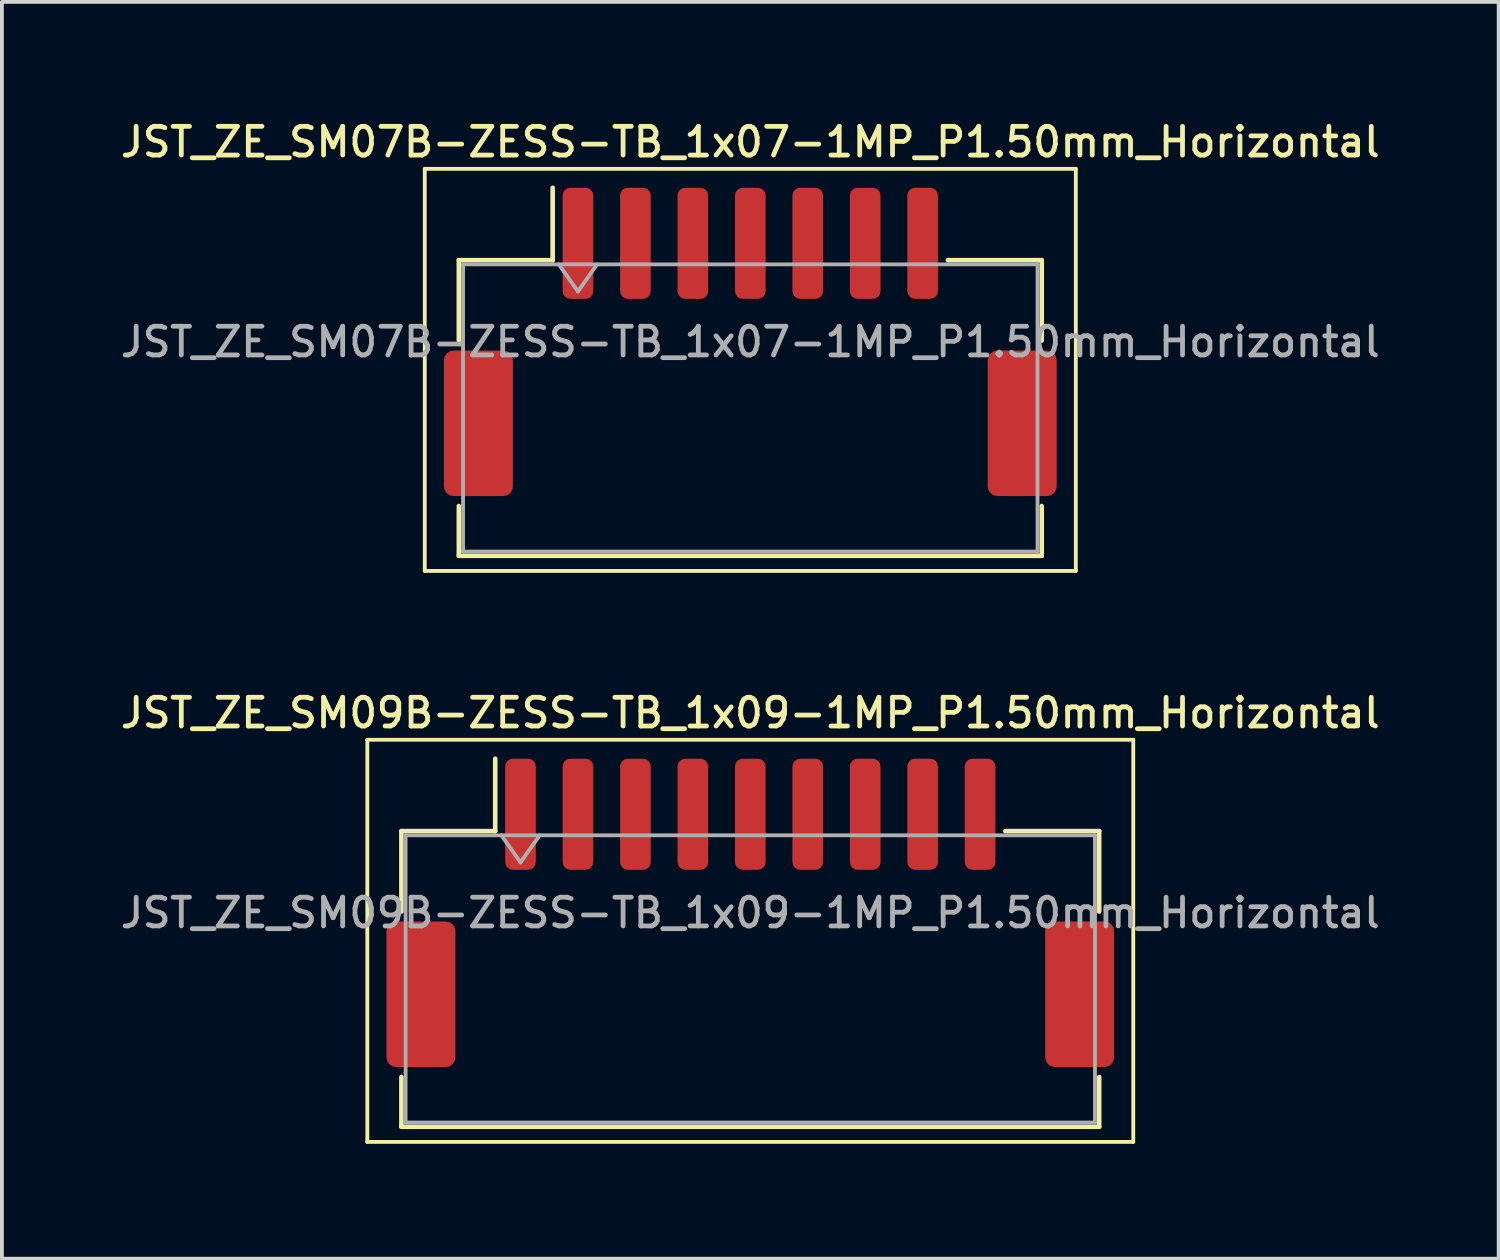
<source format=kicad_pcb>
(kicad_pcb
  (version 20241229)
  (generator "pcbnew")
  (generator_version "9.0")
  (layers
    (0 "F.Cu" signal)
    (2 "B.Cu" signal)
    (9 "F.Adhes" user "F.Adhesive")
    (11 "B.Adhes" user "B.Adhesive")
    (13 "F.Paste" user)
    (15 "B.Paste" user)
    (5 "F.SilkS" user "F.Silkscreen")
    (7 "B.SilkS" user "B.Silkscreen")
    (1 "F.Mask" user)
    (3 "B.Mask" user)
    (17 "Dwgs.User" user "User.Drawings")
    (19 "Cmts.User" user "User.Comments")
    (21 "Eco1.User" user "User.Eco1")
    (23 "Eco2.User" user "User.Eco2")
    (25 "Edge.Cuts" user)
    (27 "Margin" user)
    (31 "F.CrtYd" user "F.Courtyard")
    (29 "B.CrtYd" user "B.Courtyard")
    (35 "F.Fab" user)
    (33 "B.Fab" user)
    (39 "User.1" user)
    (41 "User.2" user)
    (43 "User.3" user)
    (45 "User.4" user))
  (footprint "JST_ZE_SM09B-ZESS-TB_1x09-1MP_P1.50mm_Horizontal"
    (layer "F.Cu")
    (at 16.541 20.786)
    (property "Reference" "JST_ZE_SM09B-ZESS-TB_1x09-1MP_P1.50mm_Horizontal" (at 0 -5.22 0) (layer "F.SilkS") (effects (font (size 0.75 0.75) (thickness 0.125))))
    (attr smd)
    (fp_line (start -10 -4.52) (end -10 5.98) (stroke (width 0.1) (type solid)) (layer "F.SilkS"))
    (fp_line (start -10 5.98) (end 10 5.98) (stroke (width 0.1) (type solid)) (layer "F.SilkS"))
    (fp_line (start -9.11 -2.135) (end -6.66 -2.135) (stroke (width 0.12) (type solid)) (layer "F.SilkS"))
    (fp_line (start -9.11 -0.035) (end -9.11 -2.135) (stroke (width 0.12) (type solid)) (layer "F.SilkS"))
    (fp_line (start -9.11 4.285) (end -9.11 5.585) (stroke (width 0.12) (type solid)) (layer "F.SilkS"))
    (fp_line (start -9.11 5.585) (end 9.11 5.585) (stroke (width 0.12) (type solid)) (layer "F.SilkS"))
    (fp_line (start -6.66 -2.135) (end -6.66 -4.025) (stroke (width 0.12) (type solid)) (layer "F.SilkS"))
    (fp_line (start 9.11 -2.135) (end 6.66 -2.135) (stroke (width 0.12) (type solid)) (layer "F.SilkS"))
    (fp_line (start 9.11 -0.035) (end 9.11 -2.135) (stroke (width 0.12) (type solid)) (layer "F.SilkS"))
    (fp_line (start 9.11 5.585) (end 9.11 4.285) (stroke (width 0.12) (type solid)) (layer "F.SilkS"))
    (fp_line (start 10 -4.52) (end -10 -4.52) (stroke (width 0.1) (type solid)) (layer "F.SilkS"))
    (fp_line (start 10 5.98) (end 10 -4.52) (stroke (width 0.1) (type solid)) (layer "F.SilkS"))
    (fp_line (start -9 -2.025) (end -9 5.475) (stroke (width 0.1) (type solid)) (layer "F.Fab"))
    (fp_line (start -9 -2.025) (end 9 -2.025) (stroke (width 0.1) (type solid)) (layer "F.Fab"))
    (fp_line (start -9 5.475) (end 9 5.475) (stroke (width 0.1) (type solid)) (layer "F.Fab"))
    (fp_line (start -6.5 -2.025) (end -6 -1.318) (stroke (width 0.1) (type solid)) (layer "F.Fab"))
    (fp_line (start -6 -1.318) (end -5.5 -2.025) (stroke (width 0.1) (type solid)) (layer "F.Fab"))
    (fp_line (start 9 -2.025) (end 9 5.475) (stroke (width 0.1) (type solid)) (layer "F.Fab"))
    (fp_text user "${REFERENCE}" (at 0 0 0) (layer "F.Fab") (effects (font (size 0.75 0.75) (thickness 0.125))))
    (pad "1" smd roundrect (at -6 -2.575) (size 0.8 2.9) (layers "F.Cu" "F.Mask" "F.Paste") (roundrect_rratio 0.25))
    (pad "2" smd roundrect (at -4.5 -2.575) (size 0.8 2.9) (layers "F.Cu" "F.Mask" "F.Paste") (roundrect_rratio 0.25))
    (pad "3" smd roundrect (at -3 -2.575) (size 0.8 2.9) (layers "F.Cu" "F.Mask" "F.Paste") (roundrect_rratio 0.25))
    (pad "4" smd roundrect (at -1.5 -2.575) (size 0.8 2.9) (layers "F.Cu" "F.Mask" "F.Paste") (roundrect_rratio 0.25))
    (pad "5" smd roundrect (at 0 -2.575) (size 0.8 2.9) (layers "F.Cu" "F.Mask" "F.Paste") (roundrect_rratio 0.25))
    (pad "6" smd roundrect (at 1.5 -2.575) (size 0.8 2.9) (layers "F.Cu" "F.Mask" "F.Paste") (roundrect_rratio 0.25))
    (pad "7" smd roundrect (at 3 -2.575) (size 0.8 2.9) (layers "F.Cu" "F.Mask" "F.Paste") (roundrect_rratio 0.25))
    (pad "8" smd roundrect (at 4.5 -2.575) (size 0.8 2.9) (layers "F.Cu" "F.Mask" "F.Paste") (roundrect_rratio 0.25))
    (pad "9" smd roundrect (at 6 -2.575) (size 0.8 2.9) (layers "F.Cu" "F.Mask" "F.Paste") (roundrect_rratio 0.25))
    (pad "MP" smd roundrect (at -8.6 2.125) (size 1.8 3.8) (layers "F.Cu" "F.Mask" "F.Paste") (roundrect_rratio 0.139))
    (pad "MP" smd roundrect (at 8.6 2.125) (size 1.8 3.8) (layers "F.Cu" "F.Mask" "F.Paste") (roundrect_rratio 0.139)))
  (footprint "JST_ZE_SM07B-ZESS-TB_1x07-1MP_P1.50mm_Horizontal"
    (layer "F.Cu")
    (at 16.541 5.878)
    (property "Reference" "JST_ZE_SM07B-ZESS-TB_1x07-1MP_P1.50mm_Horizontal" (at 0 -5.22 0) (layer "F.SilkS") (effects (font (size 0.75 0.75) (thickness 0.125))))
    (attr smd)
    (fp_line (start -8.5 -4.52) (end -8.5 5.98) (stroke (width 0.1) (type solid)) (layer "F.SilkS"))
    (fp_line (start -8.5 5.98) (end 8.5 5.98) (stroke (width 0.1) (type solid)) (layer "F.SilkS"))
    (fp_line (start -7.61 -2.135) (end -5.16 -2.135) (stroke (width 0.12) (type solid)) (layer "F.SilkS"))
    (fp_line (start -7.61 -0.035) (end -7.61 -2.135) (stroke (width 0.12) (type solid)) (layer "F.SilkS"))
    (fp_line (start -7.61 4.285) (end -7.61 5.585) (stroke (width 0.12) (type solid)) (layer "F.SilkS"))
    (fp_line (start -7.61 5.585) (end 7.61 5.585) (stroke (width 0.12) (type solid)) (layer "F.SilkS"))
    (fp_line (start -5.16 -2.135) (end -5.16 -4.025) (stroke (width 0.12) (type solid)) (layer "F.SilkS"))
    (fp_line (start 7.61 -2.135) (end 5.16 -2.135) (stroke (width 0.12) (type solid)) (layer "F.SilkS"))
    (fp_line (start 7.61 -0.035) (end 7.61 -2.135) (stroke (width 0.12) (type solid)) (layer "F.SilkS"))
    (fp_line (start 7.61 5.585) (end 7.61 4.285) (stroke (width 0.12) (type solid)) (layer "F.SilkS"))
    (fp_line (start 8.5 -4.52) (end -8.5 -4.52) (stroke (width 0.1) (type solid)) (layer "F.SilkS"))
    (fp_line (start 8.5 5.98) (end 8.5 -4.52) (stroke (width 0.1) (type solid)) (layer "F.SilkS"))
    (fp_line (start -7.5 -2.025) (end -7.5 5.475) (stroke (width 0.1) (type solid)) (layer "F.Fab"))
    (fp_line (start -7.5 -2.025) (end 7.5 -2.025) (stroke (width 0.1) (type solid)) (layer "F.Fab"))
    (fp_line (start -7.5 5.475) (end 7.5 5.475) (stroke (width 0.1) (type solid)) (layer "F.Fab"))
    (fp_line (start -5 -2.025) (end -4.5 -1.318) (stroke (width 0.1) (type solid)) (layer "F.Fab"))
    (fp_line (start -4.5 -1.318) (end -4 -2.025) (stroke (width 0.1) (type solid)) (layer "F.Fab"))
    (fp_line (start 7.5 -2.025) (end 7.5 5.475) (stroke (width 0.1) (type solid)) (layer "F.Fab"))
    (fp_text user "${REFERENCE}" (at 0 0 0) (layer "F.Fab") (effects (font (size 0.75 0.75) (thickness 0.125))))
    (pad "1" smd roundrect (at -4.5 -2.575) (size 0.8 2.9) (layers "F.Cu" "F.Mask" "F.Paste") (roundrect_rratio 0.25))
    (pad "2" smd roundrect (at -3 -2.575) (size 0.8 2.9) (layers "F.Cu" "F.Mask" "F.Paste") (roundrect_rratio 0.25))
    (pad "3" smd roundrect (at -1.5 -2.575) (size 0.8 2.9) (layers "F.Cu" "F.Mask" "F.Paste") (roundrect_rratio 0.25))
    (pad "4" smd roundrect (at 0 -2.575) (size 0.8 2.9) (layers "F.Cu" "F.Mask" "F.Paste") (roundrect_rratio 0.25))
    (pad "5" smd roundrect (at 1.5 -2.575) (size 0.8 2.9) (layers "F.Cu" "F.Mask" "F.Paste") (roundrect_rratio 0.25))
    (pad "6" smd roundrect (at 3 -2.575) (size 0.8 2.9) (layers "F.Cu" "F.Mask" "F.Paste") (roundrect_rratio 0.25))
    (pad "7" smd roundrect (at 4.5 -2.575) (size 0.8 2.9) (layers "F.Cu" "F.Mask" "F.Paste") (roundrect_rratio 0.25))
    (pad "MP" smd roundrect (at -7.1 2.125) (size 1.8 3.8) (layers "F.Cu" "F.Mask" "F.Paste") (roundrect_rratio 0.139))
    (pad "MP" smd roundrect (at 7.1 2.125) (size 1.8 3.8) (layers "F.Cu" "F.Mask" "F.Paste") (roundrect_rratio 0.139)))
  (gr_rect
    (start -3 -3)
    (end 36.082 29.816)
    (stroke (width 0.1) (type default))
    (fill no)
    (layer "Edge.Cuts")))
</source>
